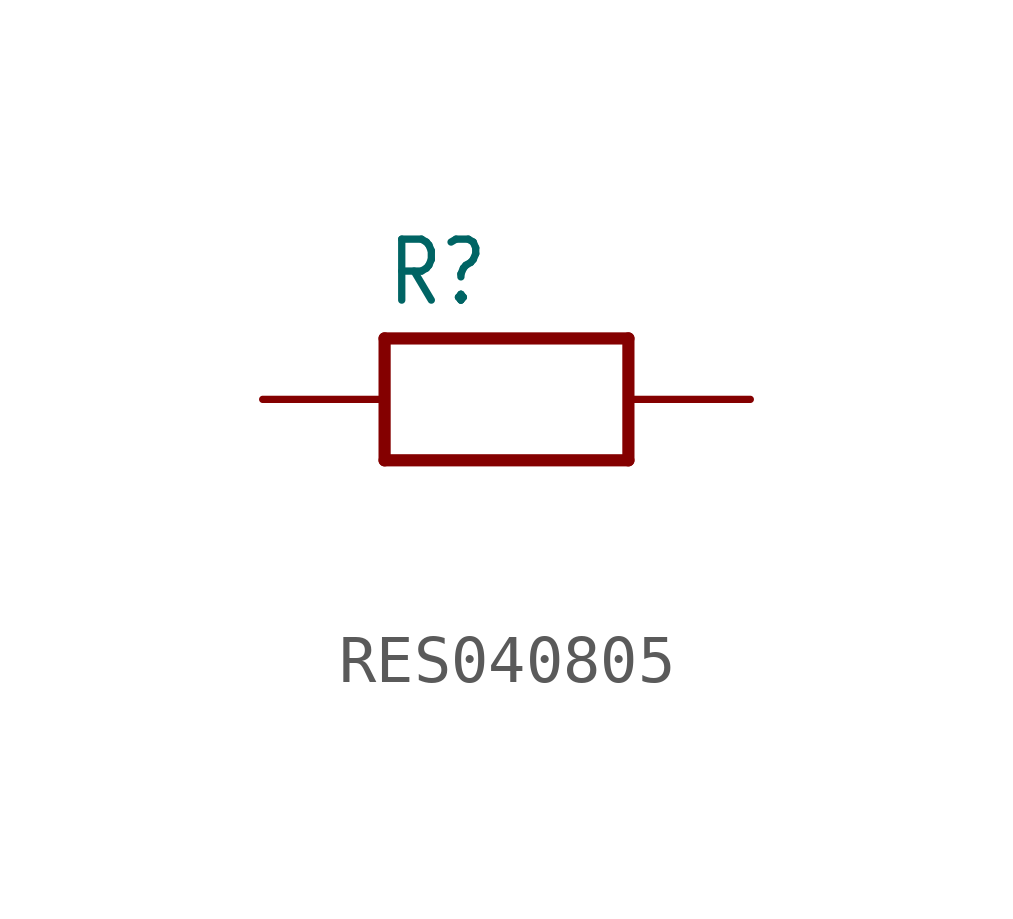
<source format=kicad_sym>
(kicad_symbol_lib
  (version 20241209)
  (generator "kicad_symbol_editor")
  (generator_version "9.0")
  (symbol "RES040805"
    (property "Reference" "R"
      (at -2.54 1.905 0)
      (effects (font (size 1.27 1.079)) (justify left bottom)))
    (property "Value" ""
      (at -2.54 -3.81 0)
      (effects (font (size 1.27 1.079)) (justify left bottom)))
    (property "ki_locked" ""
      (at 0 0 0)
      (effects (font (size 1.27 1.27))))
    (symbol "RES040805_1_0"
      (polyline (pts (xy -2.54 1.27) (xy -2.54 -1.27)) (stroke (width 0.254) (type solid)) (fill (type none)))
      (polyline (pts (xy -2.54 -1.27) (xy 2.54 -1.27)) (stroke (width 0.254) (type solid)) (fill (type none)))
      (polyline (pts (xy 2.54 1.27) (xy -2.54 1.27)) (stroke (width 0.254) (type solid)) (fill (type none)))
      (polyline (pts (xy 2.54 -1.27) (xy 2.54 1.27)) (stroke (width 0.254) (type solid)) (fill (type none)))
      (pin passive line (at -5.08 0 0) (length 2.54) (name "1" (effects (font (size 0 0)))) (number "1" (effects (font (size 0 0)))))
      (pin passive line (at 5.08 0 180) (length 2.54) (name "2" (effects (font (size 0 0)))) (number "2" (effects (font (size 0 0))))))))
</source>
